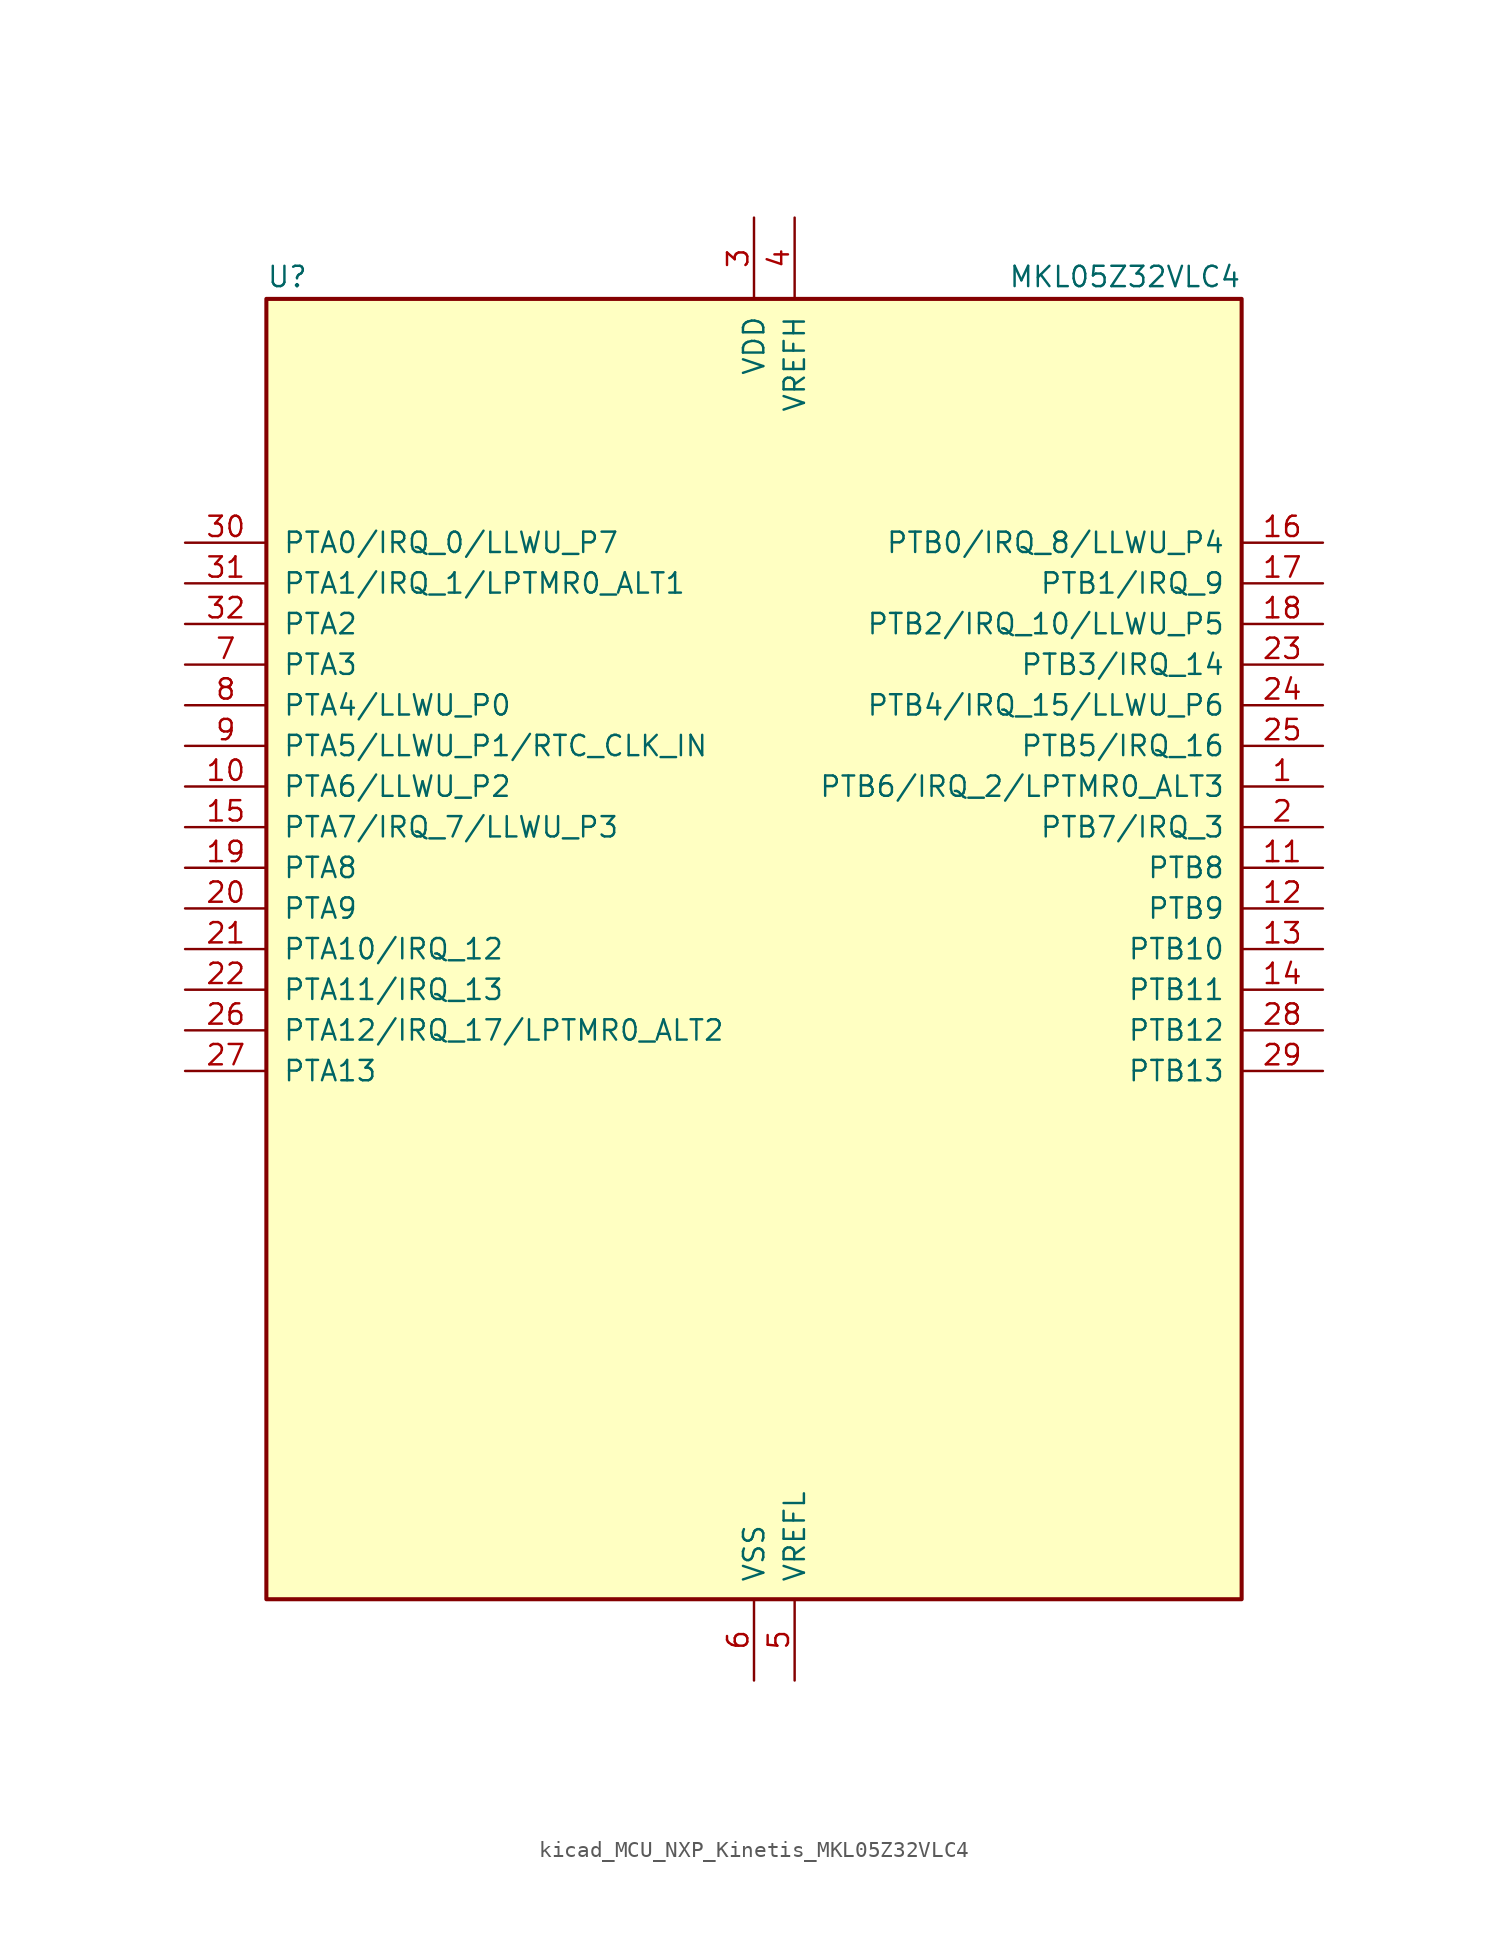
<source format=kicad_sym>
(kicad_symbol_lib
  (version 20220914)
  (generator kicad_symbol_editor)
  (symbol "kicad_MCU_NXP_Kinetis_MKL05Z32VLC4"
    (pin_names
      (offset 1.016))
    (property "Reference" "U"
      (at -30.48 41.275 0)
      (effects (font (size 1.27 1.27)) (justify left bottom)))
    (property "Value" "MKL05Z32VLC4"
      (at 30.48 41.275 0)
      (effects (font (size 1.27 1.27)) (justify right bottom)))
    (symbol "kicad_MCU_NXP_Kinetis_MKL05Z32VLC4_0_1"
      (rectangle (start -30.48 40.64) (end 30.48 -40.64) (stroke (width 0.254) (type default)) (fill (type background))))
    (symbol "kicad_MCU_NXP_Kinetis_MKL05Z32VLC4_1_1"
      (pin bidirectional line (at 35.56 10.16 180) (length 5.08) (name "PTB6/IRQ_2/LPTMR0_ALT3" (effects (font (size 1.27 1.27)))) (number "1" (effects (font (size 1.27 1.27)))))
      (pin bidirectional line (at -35.56 10.16 0) (length 5.08) (name "PTA6/LLWU_P2" (effects (font (size 1.27 1.27)))) (number "10" (effects (font (size 1.27 1.27)))))
      (pin bidirectional line (at 35.56 5.08 180) (length 5.08) (name "PTB8" (effects (font (size 1.27 1.27)))) (number "11" (effects (font (size 1.27 1.27)))))
      (pin bidirectional line (at 35.56 2.54 180) (length 5.08) (name "PTB9" (effects (font (size 1.27 1.27)))) (number "12" (effects (font (size 1.27 1.27)))))
      (pin bidirectional line (at 35.56 0 180) (length 5.08) (name "PTB10" (effects (font (size 1.27 1.27)))) (number "13" (effects (font (size 1.27 1.27)))))
      (pin bidirectional line (at 35.56 -2.54 180) (length 5.08) (name "PTB11" (effects (font (size 1.27 1.27)))) (number "14" (effects (font (size 1.27 1.27)))))
      (pin bidirectional line (at -35.56 7.62 0) (length 5.08) (name "PTA7/IRQ_7/LLWU_P3" (effects (font (size 1.27 1.27)))) (number "15" (effects (font (size 1.27 1.27)))))
      (pin bidirectional line (at 35.56 25.4 180) (length 5.08) (name "PTB0/IRQ_8/LLWU_P4" (effects (font (size 1.27 1.27)))) (number "16" (effects (font (size 1.27 1.27)))))
      (pin bidirectional line (at 35.56 22.86 180) (length 5.08) (name "PTB1/IRQ_9" (effects (font (size 1.27 1.27)))) (number "17" (effects (font (size 1.27 1.27)))))
      (pin bidirectional line (at 35.56 20.32 180) (length 5.08) (name "PTB2/IRQ_10/LLWU_P5" (effects (font (size 1.27 1.27)))) (number "18" (effects (font (size 1.27 1.27)))))
      (pin bidirectional line (at -35.56 5.08 0) (length 5.08) (name "PTA8" (effects (font (size 1.27 1.27)))) (number "19" (effects (font (size 1.27 1.27)))))
      (pin bidirectional line (at 35.56 7.62 180) (length 5.08) (name "PTB7/IRQ_3" (effects (font (size 1.27 1.27)))) (number "2" (effects (font (size 1.27 1.27)))))
      (pin bidirectional line (at -35.56 2.54 0) (length 5.08) (name "PTA9" (effects (font (size 1.27 1.27)))) (number "20" (effects (font (size 1.27 1.27)))))
      (pin bidirectional line (at -35.56 0 0) (length 5.08) (name "PTA10/IRQ_12" (effects (font (size 1.27 1.27)))) (number "21" (effects (font (size 1.27 1.27)))))
      (pin bidirectional line (at -35.56 -2.54 0) (length 5.08) (name "PTA11/IRQ_13" (effects (font (size 1.27 1.27)))) (number "22" (effects (font (size 1.27 1.27)))))
      (pin bidirectional line (at 35.56 17.78 180) (length 5.08) (name "PTB3/IRQ_14" (effects (font (size 1.27 1.27)))) (number "23" (effects (font (size 1.27 1.27)))))
      (pin bidirectional line (at 35.56 15.24 180) (length 5.08) (name "PTB4/IRQ_15/LLWU_P6" (effects (font (size 1.27 1.27)))) (number "24" (effects (font (size 1.27 1.27)))))
      (pin bidirectional line (at 35.56 12.7 180) (length 5.08) (name "PTB5/IRQ_16" (effects (font (size 1.27 1.27)))) (number "25" (effects (font (size 1.27 1.27)))))
      (pin bidirectional line (at -35.56 -5.08 0) (length 5.08) (name "PTA12/IRQ_17/LPTMR0_ALT2" (effects (font (size 1.27 1.27)))) (number "26" (effects (font (size 1.27 1.27)))))
      (pin bidirectional line (at -35.56 -7.62 0) (length 5.08) (name "PTA13" (effects (font (size 1.27 1.27)))) (number "27" (effects (font (size 1.27 1.27)))))
      (pin bidirectional line (at 35.56 -5.08 180) (length 5.08) (name "PTB12" (effects (font (size 1.27 1.27)))) (number "28" (effects (font (size 1.27 1.27)))))
      (pin bidirectional line (at 35.56 -7.62 180) (length 5.08) (name "PTB13" (effects (font (size 1.27 1.27)))) (number "29" (effects (font (size 1.27 1.27)))))
      (pin power_in line (at 0 45.72 270) (length 5.08) (name "VDD" (effects (font (size 1.27 1.27)))) (number "3" (effects (font (size 1.27 1.27)))))
      (pin bidirectional line (at -35.56 25.4 0) (length 5.08) (name "PTA0/IRQ_0/LLWU_P7" (effects (font (size 1.27 1.27)))) (number "30" (effects (font (size 1.27 1.27)))))
      (pin bidirectional line (at -35.56 22.86 0) (length 5.08) (name "PTA1/IRQ_1/LPTMR0_ALT1" (effects (font (size 1.27 1.27)))) (number "31" (effects (font (size 1.27 1.27)))))
      (pin bidirectional line (at -35.56 20.32 0) (length 5.08) (name "PTA2" (effects (font (size 1.27 1.27)))) (number "32" (effects (font (size 1.27 1.27)))))
      (pin power_in line (at 2.54 45.72 270) (length 5.08) (name "VREFH" (effects (font (size 1.27 1.27)))) (number "4" (effects (font (size 1.27 1.27)))))
      (pin power_in line (at 2.54 -45.72 90) (length 5.08) (name "VREFL" (effects (font (size 1.27 1.27)))) (number "5" (effects (font (size 1.27 1.27)))))
      (pin power_in line (at 0 -45.72 90) (length 5.08) (name "VSS" (effects (font (size 1.27 1.27)))) (number "6" (effects (font (size 1.27 1.27)))))
      (pin bidirectional line (at -35.56 17.78 0) (length 5.08) (name "PTA3" (effects (font (size 1.27 1.27)))) (number "7" (effects (font (size 1.27 1.27)))))
      (pin bidirectional line (at -35.56 15.24 0) (length 5.08) (name "PTA4/LLWU_P0" (effects (font (size 1.27 1.27)))) (number "8" (effects (font (size 1.27 1.27)))))
      (pin bidirectional line (at -35.56 12.7 0) (length 5.08) (name "PTA5/LLWU_P1/RTC_CLK_IN" (effects (font (size 1.27 1.27)))) (number "9" (effects (font (size 1.27 1.27))))))))
</source>
